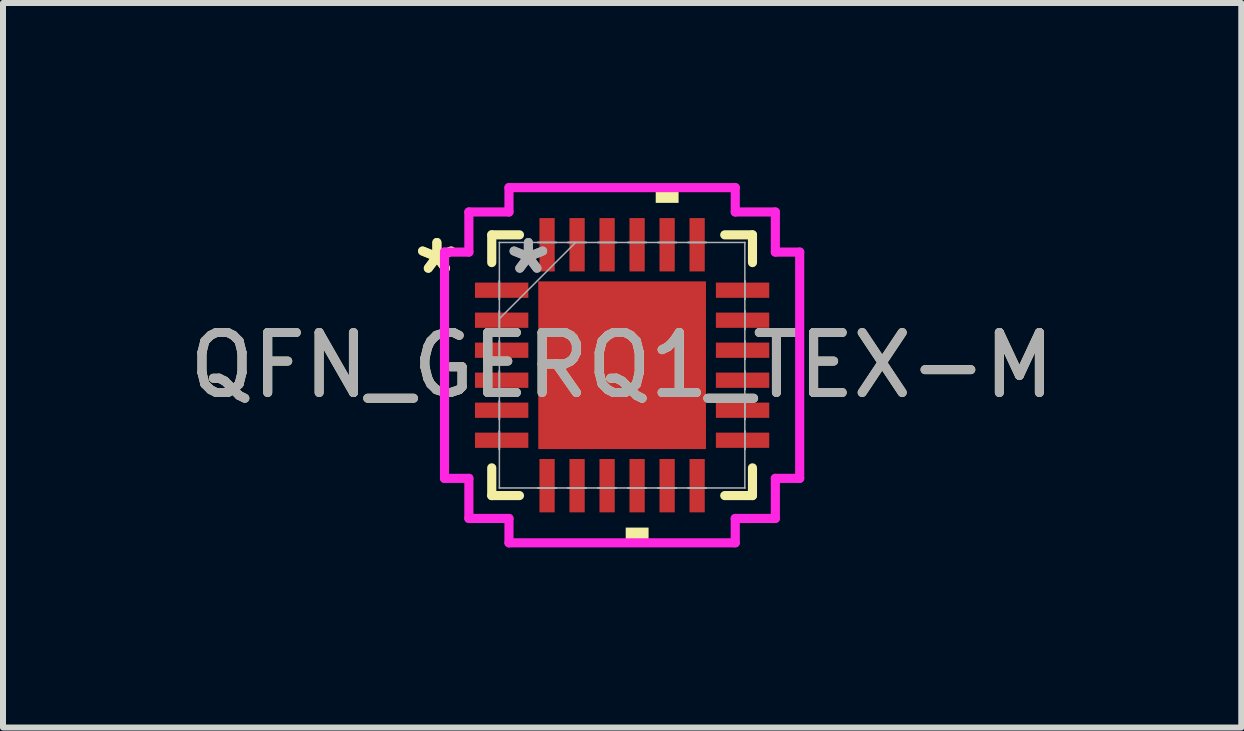
<source format=kicad_pcb>
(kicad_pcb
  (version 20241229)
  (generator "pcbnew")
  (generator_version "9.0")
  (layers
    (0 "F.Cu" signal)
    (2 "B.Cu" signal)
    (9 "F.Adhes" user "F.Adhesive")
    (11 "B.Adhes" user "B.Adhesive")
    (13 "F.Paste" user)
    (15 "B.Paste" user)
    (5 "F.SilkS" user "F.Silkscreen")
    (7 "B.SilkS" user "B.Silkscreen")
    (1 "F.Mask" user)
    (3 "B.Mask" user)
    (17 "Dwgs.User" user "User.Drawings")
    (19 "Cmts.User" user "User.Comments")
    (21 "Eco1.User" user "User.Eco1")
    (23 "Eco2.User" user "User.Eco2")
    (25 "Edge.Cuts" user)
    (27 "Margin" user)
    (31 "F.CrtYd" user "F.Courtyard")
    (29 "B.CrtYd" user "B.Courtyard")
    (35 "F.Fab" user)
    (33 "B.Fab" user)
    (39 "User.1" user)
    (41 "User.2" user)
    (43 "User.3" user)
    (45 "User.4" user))
  (footprint "QFN_GERQ1_TEX-M"
    (layer "F.Cu")
    (at 7.315 3.035)
    (property "Reference" "QFN_GERQ1_TEX-M" (at 0 0 0) (unlocked yes) (layer "F.SilkS") (effects (font (size 1 1) (thickness 0.15))))
    (attr smd)
    (fp_line (start -2.172 -2.172) (end -2.172 -1.71) (stroke (width 0.152) (type solid)) (layer "F.SilkS"))
    (fp_line (start -2.172 1.71) (end -2.172 2.172) (stroke (width 0.152) (type solid)) (layer "F.SilkS"))
    (fp_line (start -2.172 2.172) (end -1.71 2.172) (stroke (width 0.152) (type solid)) (layer "F.SilkS"))
    (fp_line (start -1.71 -2.172) (end -2.172 -2.172) (stroke (width 0.152) (type solid)) (layer "F.SilkS"))
    (fp_line (start 1.71 2.172) (end 2.172 2.172) (stroke (width 0.152) (type solid)) (layer "F.SilkS"))
    (fp_line (start 2.172 -2.172) (end 1.71 -2.172) (stroke (width 0.152) (type solid)) (layer "F.SilkS"))
    (fp_line (start 2.172 -1.71) (end 2.172 -2.172) (stroke (width 0.152) (type solid)) (layer "F.SilkS"))
    (fp_line (start 2.172 2.172) (end 2.172 1.71) (stroke (width 0.152) (type solid)) (layer "F.SilkS"))
    (fp_poly (pts (xy 0.06 2.705) (xy 0.06 2.959) (xy 0.441 2.959) (xy 0.441 2.705)) (stroke (width 0) (type solid)) (fill yes) (layer "F.SilkS"))
    (fp_poly (pts (xy 0.56 -2.705) (xy 0.56 -2.959) (xy 0.941 -2.959) (xy 0.941 -2.705)) (stroke (width 0) (type solid)) (fill yes) (layer "F.SilkS"))
    (fp_poly (pts (xy -1.297 -1.297) (xy -1.297 -0.1) (xy -0.1 -0.1) (xy -0.1 -1.297)) (stroke (width 0) (type solid)) (fill yes) (layer "F.Paste"))
    (fp_poly (pts (xy -1.297 0.1) (xy -1.297 1.297) (xy -0.1 1.297) (xy -0.1 0.1)) (stroke (width 0) (type solid)) (fill yes) (layer "F.Paste"))
    (fp_poly (pts (xy 0.1 -1.297) (xy 0.1 -0.1) (xy 1.297 -0.1) (xy 1.297 -1.297)) (stroke (width 0) (type solid)) (fill yes) (layer "F.Paste"))
    (fp_poly (pts (xy 0.1 0.1) (xy 0.1 1.297) (xy 1.297 1.297) (xy 1.297 0.1)) (stroke (width 0) (type solid)) (fill yes) (layer "F.Paste"))
    (fp_line (start -2.959 -1.885) (end -2.553 -1.885) (stroke (width 0.152) (type solid)) (layer "F.CrtYd"))
    (fp_line (start -2.959 1.885) (end -2.959 -1.885) (stroke (width 0.152) (type solid)) (layer "F.CrtYd"))
    (fp_line (start -2.553 -2.553) (end -1.885 -2.553) (stroke (width 0.152) (type solid)) (layer "F.CrtYd"))
    (fp_line (start -2.553 -1.885) (end -2.553 -2.553) (stroke (width 0.152) (type solid)) (layer "F.CrtYd"))
    (fp_line (start -2.553 1.885) (end -2.959 1.885) (stroke (width 0.152) (type solid)) (layer "F.CrtYd"))
    (fp_line (start -2.553 2.553) (end -2.553 1.885) (stroke (width 0.152) (type solid)) (layer "F.CrtYd"))
    (fp_line (start -1.885 -2.959) (end 1.885 -2.959) (stroke (width 0.152) (type solid)) (layer "F.CrtYd"))
    (fp_line (start -1.885 -2.553) (end -1.885 -2.959) (stroke (width 0.152) (type solid)) (layer "F.CrtYd"))
    (fp_line (start -1.885 2.553) (end -2.553 2.553) (stroke (width 0.152) (type solid)) (layer "F.CrtYd"))
    (fp_line (start -1.885 2.959) (end -1.885 2.553) (stroke (width 0.152) (type solid)) (layer "F.CrtYd"))
    (fp_line (start 1.885 -2.959) (end 1.885 -2.553) (stroke (width 0.152) (type solid)) (layer "F.CrtYd"))
    (fp_line (start 1.885 -2.553) (end 2.553 -2.553) (stroke (width 0.152) (type solid)) (layer "F.CrtYd"))
    (fp_line (start 1.885 2.553) (end 1.885 2.959) (stroke (width 0.152) (type solid)) (layer "F.CrtYd"))
    (fp_line (start 1.885 2.959) (end -1.885 2.959) (stroke (width 0.152) (type solid)) (layer "F.CrtYd"))
    (fp_line (start 2.553 -2.553) (end 2.553 -1.885) (stroke (width 0.152) (type solid)) (layer "F.CrtYd"))
    (fp_line (start 2.553 -1.885) (end 2.959 -1.885) (stroke (width 0.152) (type solid)) (layer "F.CrtYd"))
    (fp_line (start 2.553 1.885) (end 2.553 2.553) (stroke (width 0.152) (type solid)) (layer "F.CrtYd"))
    (fp_line (start 2.553 2.553) (end 1.885 2.553) (stroke (width 0.152) (type solid)) (layer "F.CrtYd"))
    (fp_line (start 2.959 -1.885) (end 2.959 1.885) (stroke (width 0.152) (type solid)) (layer "F.CrtYd"))
    (fp_line (start 2.959 1.885) (end 2.553 1.885) (stroke (width 0.152) (type solid)) (layer "F.CrtYd"))
    (fp_line (start -2.045 -2.045) (end -2.045 -2.045) (stroke (width 0.025) (type solid)) (layer "F.Fab"))
    (fp_line (start -2.045 -2.045) (end -2.045 2.045) (stroke (width 0.025) (type solid)) (layer "F.Fab"))
    (fp_line (start -2.045 -1.403) (end -2.045 -1.403) (stroke (width 0.025) (type solid)) (layer "F.Fab"))
    (fp_line (start -2.045 -1.403) (end -2.045 -1.098) (stroke (width 0.025) (type solid)) (layer "F.Fab"))
    (fp_line (start -2.045 -1.098) (end -2.045 -1.403) (stroke (width 0.025) (type solid)) (layer "F.Fab"))
    (fp_line (start -2.045 -1.098) (end -2.045 -1.098) (stroke (width 0.025) (type solid)) (layer "F.Fab"))
    (fp_line (start -2.045 -0.903) (end -2.045 -0.903) (stroke (width 0.025) (type solid)) (layer "F.Fab"))
    (fp_line (start -2.045 -0.903) (end -2.045 -0.598) (stroke (width 0.025) (type solid)) (layer "F.Fab"))
    (fp_line (start -2.045 -0.775) (end -0.775 -2.045) (stroke (width 0.025) (type solid)) (layer "F.Fab"))
    (fp_line (start -2.045 -0.598) (end -2.045 -0.903) (stroke (width 0.025) (type solid)) (layer "F.Fab"))
    (fp_line (start -2.045 -0.598) (end -2.045 -0.598) (stroke (width 0.025) (type solid)) (layer "F.Fab"))
    (fp_line (start -2.045 -0.402) (end -2.045 -0.402) (stroke (width 0.025) (type solid)) (layer "F.Fab"))
    (fp_line (start -2.045 -0.402) (end -2.045 -0.098) (stroke (width 0.025) (type solid)) (layer "F.Fab"))
    (fp_line (start -2.045 -0.098) (end -2.045 -0.402) (stroke (width 0.025) (type solid)) (layer "F.Fab"))
    (fp_line (start -2.045 -0.098) (end -2.045 -0.098) (stroke (width 0.025) (type solid)) (layer "F.Fab"))
    (fp_line (start -2.045 0.098) (end -2.045 0.098) (stroke (width 0.025) (type solid)) (layer "F.Fab"))
    (fp_line (start -2.045 0.098) (end -2.045 0.402) (stroke (width 0.025) (type solid)) (layer "F.Fab"))
    (fp_line (start -2.045 0.402) (end -2.045 0.098) (stroke (width 0.025) (type solid)) (layer "F.Fab"))
    (fp_line (start -2.045 0.402) (end -2.045 0.402) (stroke (width 0.025) (type solid)) (layer "F.Fab"))
    (fp_line (start -2.045 0.598) (end -2.045 0.598) (stroke (width 0.025) (type solid)) (layer "F.Fab"))
    (fp_line (start -2.045 0.598) (end -2.045 0.903) (stroke (width 0.025) (type solid)) (layer "F.Fab"))
    (fp_line (start -2.045 0.903) (end -2.045 0.598) (stroke (width 0.025) (type solid)) (layer "F.Fab"))
    (fp_line (start -2.045 0.903) (end -2.045 0.903) (stroke (width 0.025) (type solid)) (layer "F.Fab"))
    (fp_line (start -2.045 1.098) (end -2.045 1.098) (stroke (width 0.025) (type solid)) (layer "F.Fab"))
    (fp_line (start -2.045 1.098) (end -2.045 1.403) (stroke (width 0.025) (type solid)) (layer "F.Fab"))
    (fp_line (start -2.045 1.403) (end -2.045 1.098) (stroke (width 0.025) (type solid)) (layer "F.Fab"))
    (fp_line (start -2.045 1.403) (end -2.045 1.403) (stroke (width 0.025) (type solid)) (layer "F.Fab"))
    (fp_line (start -2.045 2.045) (end -2.045 2.045) (stroke (width 0.025) (type solid)) (layer "F.Fab"))
    (fp_line (start -2.045 2.045) (end 2.045 2.045) (stroke (width 0.025) (type solid)) (layer "F.Fab"))
    (fp_line (start -1.403 -2.045) (end -1.403 -2.045) (stroke (width 0.025) (type solid)) (layer "F.Fab"))
    (fp_line (start -1.403 -2.045) (end -1.098 -2.045) (stroke (width 0.025) (type solid)) (layer "F.Fab"))
    (fp_line (start -1.403 2.045) (end -1.403 2.045) (stroke (width 0.025) (type solid)) (layer "F.Fab"))
    (fp_line (start -1.403 2.045) (end -1.098 2.045) (stroke (width 0.025) (type solid)) (layer "F.Fab"))
    (fp_line (start -1.098 -2.045) (end -1.403 -2.045) (stroke (width 0.025) (type solid)) (layer "F.Fab"))
    (fp_line (start -1.098 -2.045) (end -1.098 -2.045) (stroke (width 0.025) (type solid)) (layer "F.Fab"))
    (fp_line (start -1.098 2.045) (end -1.403 2.045) (stroke (width 0.025) (type solid)) (layer "F.Fab"))
    (fp_line (start -1.098 2.045) (end -1.098 2.045) (stroke (width 0.025) (type solid)) (layer "F.Fab"))
    (fp_line (start -0.903 -2.045) (end -0.903 -2.045) (stroke (width 0.025) (type solid)) (layer "F.Fab"))
    (fp_line (start -0.903 -2.045) (end -0.598 -2.045) (stroke (width 0.025) (type solid)) (layer "F.Fab"))
    (fp_line (start -0.903 2.045) (end -0.903 2.045) (stroke (width 0.025) (type solid)) (layer "F.Fab"))
    (fp_line (start -0.903 2.045) (end -0.598 2.045) (stroke (width 0.025) (type solid)) (layer "F.Fab"))
    (fp_line (start -0.598 -2.045) (end -0.903 -2.045) (stroke (width 0.025) (type solid)) (layer "F.Fab"))
    (fp_line (start -0.598 -2.045) (end -0.598 -2.045) (stroke (width 0.025) (type solid)) (layer "F.Fab"))
    (fp_line (start -0.598 2.045) (end -0.903 2.045) (stroke (width 0.025) (type solid)) (layer "F.Fab"))
    (fp_line (start -0.598 2.045) (end -0.598 2.045) (stroke (width 0.025) (type solid)) (layer "F.Fab"))
    (fp_line (start -0.402 -2.045) (end -0.402 -2.045) (stroke (width 0.025) (type solid)) (layer "F.Fab"))
    (fp_line (start -0.402 -2.045) (end -0.098 -2.045) (stroke (width 0.025) (type solid)) (layer "F.Fab"))
    (fp_line (start -0.402 2.045) (end -0.402 2.045) (stroke (width 0.025) (type solid)) (layer "F.Fab"))
    (fp_line (start -0.402 2.045) (end -0.098 2.045) (stroke (width 0.025) (type solid)) (layer "F.Fab"))
    (fp_line (start -0.098 -2.045) (end -0.402 -2.045) (stroke (width 0.025) (type solid)) (layer "F.Fab"))
    (fp_line (start -0.098 -2.045) (end -0.098 -2.045) (stroke (width 0.025) (type solid)) (layer "F.Fab"))
    (fp_line (start -0.098 2.045) (end -0.402 2.045) (stroke (width 0.025) (type solid)) (layer "F.Fab"))
    (fp_line (start -0.098 2.045) (end -0.098 2.045) (stroke (width 0.025) (type solid)) (layer "F.Fab"))
    (fp_line (start 0.098 -2.045) (end 0.098 -2.045) (stroke (width 0.025) (type solid)) (layer "F.Fab"))
    (fp_line (start 0.098 -2.045) (end 0.402 -2.045) (stroke (width 0.025) (type solid)) (layer "F.Fab"))
    (fp_line (start 0.098 2.045) (end 0.098 2.045) (stroke (width 0.025) (type solid)) (layer "F.Fab"))
    (fp_line (start 0.098 2.045) (end 0.402 2.045) (stroke (width 0.025) (type solid)) (layer "F.Fab"))
    (fp_line (start 0.402 -2.045) (end 0.098 -2.045) (stroke (width 0.025) (type solid)) (layer "F.Fab"))
    (fp_line (start 0.402 -2.045) (end 0.402 -2.045) (stroke (width 0.025) (type solid)) (layer "F.Fab"))
    (fp_line (start 0.402 2.045) (end 0.098 2.045) (stroke (width 0.025) (type solid)) (layer "F.Fab"))
    (fp_line (start 0.402 2.045) (end 0.402 2.045) (stroke (width 0.025) (type solid)) (layer "F.Fab"))
    (fp_line (start 0.598 -2.045) (end 0.598 -2.045) (stroke (width 0.025) (type solid)) (layer "F.Fab"))
    (fp_line (start 0.598 -2.045) (end 0.903 -2.045) (stroke (width 0.025) (type solid)) (layer "F.Fab"))
    (fp_line (start 0.598 2.045) (end 0.598 2.045) (stroke (width 0.025) (type solid)) (layer "F.Fab"))
    (fp_line (start 0.598 2.045) (end 0.903 2.045) (stroke (width 0.025) (type solid)) (layer "F.Fab"))
    (fp_line (start 0.903 -2.045) (end 0.598 -2.045) (stroke (width 0.025) (type solid)) (layer "F.Fab"))
    (fp_line (start 0.903 -2.045) (end 0.903 -2.045) (stroke (width 0.025) (type solid)) (layer "F.Fab"))
    (fp_line (start 0.903 2.045) (end 0.598 2.045) (stroke (width 0.025) (type solid)) (layer "F.Fab"))
    (fp_line (start 0.903 2.045) (end 0.903 2.045) (stroke (width 0.025) (type solid)) (layer "F.Fab"))
    (fp_line (start 1.098 -2.045) (end 1.098 -2.045) (stroke (width 0.025) (type solid)) (layer "F.Fab"))
    (fp_line (start 1.098 -2.045) (end 1.403 -2.045) (stroke (width 0.025) (type solid)) (layer "F.Fab"))
    (fp_line (start 1.098 2.045) (end 1.098 2.045) (stroke (width 0.025) (type solid)) (layer "F.Fab"))
    (fp_line (start 1.098 2.045) (end 1.403 2.045) (stroke (width 0.025) (type solid)) (layer "F.Fab"))
    (fp_line (start 1.403 -2.045) (end 1.098 -2.045) (stroke (width 0.025) (type solid)) (layer "F.Fab"))
    (fp_line (start 1.403 -2.045) (end 1.403 -2.045) (stroke (width 0.025) (type solid)) (layer "F.Fab"))
    (fp_line (start 1.403 2.045) (end 1.098 2.045) (stroke (width 0.025) (type solid)) (layer "F.Fab"))
    (fp_line (start 1.403 2.045) (end 1.403 2.045) (stroke (width 0.025) (type solid)) (layer "F.Fab"))
    (fp_line (start 2.045 -2.045) (end -2.045 -2.045) (stroke (width 0.025) (type solid)) (layer "F.Fab"))
    (fp_line (start 2.045 -2.045) (end 2.045 -2.045) (stroke (width 0.025) (type solid)) (layer "F.Fab"))
    (fp_line (start 2.045 -1.403) (end 2.045 -1.403) (stroke (width 0.025) (type solid)) (layer "F.Fab"))
    (fp_line (start 2.045 -1.403) (end 2.045 -1.098) (stroke (width 0.025) (type solid)) (layer "F.Fab"))
    (fp_line (start 2.045 -1.098) (end 2.045 -1.403) (stroke (width 0.025) (type solid)) (layer "F.Fab"))
    (fp_line (start 2.045 -1.098) (end 2.045 -1.098) (stroke (width 0.025) (type solid)) (layer "F.Fab"))
    (fp_line (start 2.045 -0.903) (end 2.045 -0.903) (stroke (width 0.025) (type solid)) (layer "F.Fab"))
    (fp_line (start 2.045 -0.903) (end 2.045 -0.598) (stroke (width 0.025) (type solid)) (layer "F.Fab"))
    (fp_line (start 2.045 -0.598) (end 2.045 -0.903) (stroke (width 0.025) (type solid)) (layer "F.Fab"))
    (fp_line (start 2.045 -0.598) (end 2.045 -0.598) (stroke (width 0.025) (type solid)) (layer "F.Fab"))
    (fp_line (start 2.045 -0.402) (end 2.045 -0.402) (stroke (width 0.025) (type solid)) (layer "F.Fab"))
    (fp_line (start 2.045 -0.402) (end 2.045 -0.098) (stroke (width 0.025) (type solid)) (layer "F.Fab"))
    (fp_line (start 2.045 -0.098) (end 2.045 -0.402) (stroke (width 0.025) (type solid)) (layer "F.Fab"))
    (fp_line (start 2.045 -0.098) (end 2.045 -0.098) (stroke (width 0.025) (type solid)) (layer "F.Fab"))
    (fp_line (start 2.045 0.098) (end 2.045 0.098) (stroke (width 0.025) (type solid)) (layer "F.Fab"))
    (fp_line (start 2.045 0.098) (end 2.045 0.402) (stroke (width 0.025) (type solid)) (layer "F.Fab"))
    (fp_line (start 2.045 0.402) (end 2.045 0.098) (stroke (width 0.025) (type solid)) (layer "F.Fab"))
    (fp_line (start 2.045 0.402) (end 2.045 0.402) (stroke (width 0.025) (type solid)) (layer "F.Fab"))
    (fp_line (start 2.045 0.598) (end 2.045 0.598) (stroke (width 0.025) (type solid)) (layer "F.Fab"))
    (fp_line (start 2.045 0.598) (end 2.045 0.903) (stroke (width 0.025) (type solid)) (layer "F.Fab"))
    (fp_line (start 2.045 0.903) (end 2.045 0.598) (stroke (width 0.025) (type solid)) (layer "F.Fab"))
    (fp_line (start 2.045 0.903) (end 2.045 0.903) (stroke (width 0.025) (type solid)) (layer "F.Fab"))
    (fp_line (start 2.045 1.098) (end 2.045 1.098) (stroke (width 0.025) (type solid)) (layer "F.Fab"))
    (fp_line (start 2.045 1.098) (end 2.045 1.403) (stroke (width 0.025) (type solid)) (layer "F.Fab"))
    (fp_line (start 2.045 1.403) (end 2.045 1.098) (stroke (width 0.025) (type solid)) (layer "F.Fab"))
    (fp_line (start 2.045 1.403) (end 2.045 1.403) (stroke (width 0.025) (type solid)) (layer "F.Fab"))
    (fp_line (start 2.045 2.045) (end 2.045 -2.045) (stroke (width 0.025) (type solid)) (layer "F.Fab"))
    (fp_line (start 2.045 2.045) (end 2.045 2.045) (stroke (width 0.025) (type solid)) (layer "F.Fab"))
    (fp_text user "*" (at -3.086 -1.5 0) (unlocked yes) (layer "F.SilkS") (effects (font (size 1 1) (thickness 0.15))))
    (fp_text user "*" (at -3.086 -1.5 0) (layer "F.SilkS") (effects (font (size 1 1) (thickness 0.15))))
    (fp_text user "*" (at -1.562 -1.5 0) (unlocked yes) (layer "F.Fab") (effects (font (size 1 1) (thickness 0.15))))
    (fp_text user "*" (at -1.562 -1.5 0) (layer "F.Fab") (effects (font (size 1 1) (thickness 0.15))))
    (fp_text user "${REFERENCE}" (at 0 0 0) (unlocked yes) (layer "F.Fab") (effects (font (size 1 1) (thickness 0.15))))
    (pad "1" smd rect (at -2.007 -1.25 90) (size 0.254 0.889) (layers "F.Cu" "F.Mask" "F.Paste"))
    (pad "2" smd rect (at -2.007 -0.75 90) (size 0.254 0.889) (layers "F.Cu" "F.Mask" "F.Paste"))
    (pad "3" smd rect (at -2.007 -0.25 90) (size 0.254 0.889) (layers "F.Cu" "F.Mask" "F.Paste"))
    (pad "4" smd rect (at -2.007 0.25 90) (size 0.254 0.889) (layers "F.Cu" "F.Mask" "F.Paste"))
    (pad "5" smd rect (at -2.007 0.75 90) (size 0.254 0.889) (layers "F.Cu" "F.Mask" "F.Paste"))
    (pad "6" smd rect (at -2.007 1.25 90) (size 0.254 0.889) (layers "F.Cu" "F.Mask" "F.Paste"))
    (pad "7" smd rect (at -1.25 2.007) (size 0.254 0.889) (layers "F.Cu" "F.Mask" "F.Paste"))
    (pad "8" smd rect (at -0.75 2.007) (size 0.254 0.889) (layers "F.Cu" "F.Mask" "F.Paste"))
    (pad "9" smd rect (at -0.25 2.007) (size 0.254 0.889) (layers "F.Cu" "F.Mask" "F.Paste"))
    (pad "10" smd rect (at 0.25 2.007) (size 0.254 0.889) (layers "F.Cu" "F.Mask" "F.Paste"))
    (pad "11" smd rect (at 0.75 2.007) (size 0.254 0.889) (layers "F.Cu" "F.Mask" "F.Paste"))
    (pad "12" smd rect (at 1.25 2.007) (size 0.254 0.889) (layers "F.Cu" "F.Mask" "F.Paste"))
    (pad "13" smd rect (at 2.007 1.25 90) (size 0.254 0.889) (layers "F.Cu" "F.Mask" "F.Paste"))
    (pad "14" smd rect (at 2.007 0.75 90) (size 0.254 0.889) (layers "F.Cu" "F.Mask" "F.Paste"))
    (pad "15" smd rect (at 2.007 0.25 90) (size 0.254 0.889) (layers "F.Cu" "F.Mask" "F.Paste"))
    (pad "16" smd rect (at 2.007 -0.25 90) (size 0.254 0.889) (layers "F.Cu" "F.Mask" "F.Paste"))
    (pad "17" smd rect (at 2.007 -0.75 90) (size 0.254 0.889) (layers "F.Cu" "F.Mask" "F.Paste"))
    (pad "18" smd rect (at 2.007 -1.25 90) (size 0.254 0.889) (layers "F.Cu" "F.Mask" "F.Paste"))
    (pad "19" smd rect (at 1.25 -2.007) (size 0.254 0.889) (layers "F.Cu" "F.Mask" "F.Paste"))
    (pad "20" smd rect (at 0.75 -2.007) (size 0.254 0.889) (layers "F.Cu" "F.Mask" "F.Paste"))
    (pad "21" smd rect (at 0.25 -2.007) (size 0.254 0.889) (layers "F.Cu" "F.Mask" "F.Paste"))
    (pad "22" smd rect (at -0.25 -2.007) (size 0.254 0.889) (layers "F.Cu" "F.Mask" "F.Paste"))
    (pad "23" smd rect (at -0.75 -2.007) (size 0.254 0.889) (layers "F.Cu" "F.Mask" "F.Paste"))
    (pad "24" smd rect (at -1.25 -2.007) (size 0.254 0.889) (layers "F.Cu" "F.Mask" "F.Paste"))
    (pad "25" smd rect (at 0 0) (size 2.794 2.794) (layers "F.Cu" "F.Mask" "F.Paste")))
  (gr_rect
    (start -3 -3)
    (end 17.631 9.071)
    (stroke (width 0.1) (type default))
    (fill no)
    (layer "Edge.Cuts")))
</source>
